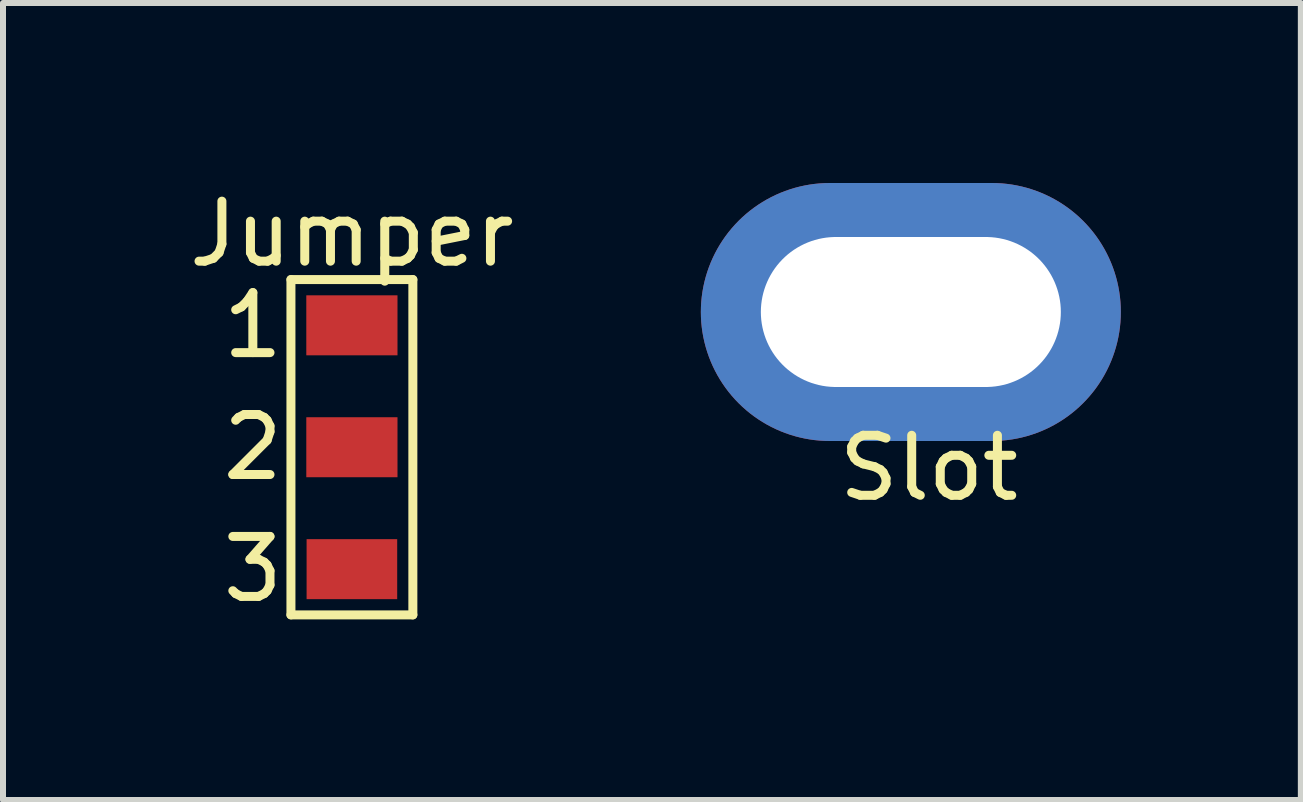
<source format=kicad_pcb>
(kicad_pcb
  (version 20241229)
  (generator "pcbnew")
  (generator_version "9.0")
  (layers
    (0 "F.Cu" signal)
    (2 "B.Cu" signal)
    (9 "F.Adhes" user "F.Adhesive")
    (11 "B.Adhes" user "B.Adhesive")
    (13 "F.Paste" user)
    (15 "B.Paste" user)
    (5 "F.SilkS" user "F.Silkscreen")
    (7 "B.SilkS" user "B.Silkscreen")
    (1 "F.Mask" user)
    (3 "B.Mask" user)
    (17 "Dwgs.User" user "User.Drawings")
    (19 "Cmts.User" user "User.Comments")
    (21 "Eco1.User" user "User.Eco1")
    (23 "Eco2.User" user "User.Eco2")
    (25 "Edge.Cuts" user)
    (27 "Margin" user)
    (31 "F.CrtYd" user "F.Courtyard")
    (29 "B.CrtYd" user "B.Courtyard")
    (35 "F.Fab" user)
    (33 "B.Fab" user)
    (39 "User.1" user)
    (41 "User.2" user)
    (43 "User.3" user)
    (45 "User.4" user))
  (footprint "Slot"
    (layer "F.Cu")
    (at 12.231 1.95)
    (property "Reference" "Slot" (at 0.2 2.8 0) (layer "F.SilkS") (effects (font (size 1 1) (thickness 0.15))))
    (attr through_hole)
    (pad "2" thru_hole oval (at -0.1 0.2) (size 7 4.3) (drill oval 5 2.5) (layers "*.Cu" "*.Mask")))
  (footprint "Jumper"
    (layer "F.Cu")
    (at 2.815 4.404)
    (property "Reference" "Jumper" (at 0 -3.556 0) (layer "F.SilkS") (effects (font (size 1 1) (thickness 0.15))))
    (attr through_hole)
    (fp_line (start -1.016 -2.794) (end 1.016 -2.794) (stroke (width 0.15) (type solid)) (layer "F.SilkS"))
    (fp_line (start -1.016 2.794) (end -1.016 -2.794) (stroke (width 0.15) (type solid)) (layer "F.SilkS"))
    (fp_line (start 1.016 -2.794) (end 1.016 2.794) (stroke (width 0.15) (type solid)) (layer "F.SilkS"))
    (fp_line (start 1.016 2.794) (end -1.016 2.794) (stroke (width 0.15) (type solid)) (layer "F.SilkS"))
    (fp_text user "3" (at -1.651 2.032 0) (layer "F.SilkS") (effects (font (size 1 1) (thickness 0.15))))
    (fp_text user "1" (at -1.651 -2.032 0) (layer "F.SilkS") (effects (font (size 1 1) (thickness 0.15))))
    (fp_text user "2" (at -1.651 0 0) (layer "F.SilkS") (effects (font (size 1 1) (thickness 0.15))))
    (pad "1" smd rect (at 0 -2.032) (size 1.52 1) (layers "F.Cu" "F.Mask" "F.Paste"))
    (pad "2" smd rect (at 0 0) (size 1.52 1) (layers "F.Cu" "F.Mask" "F.Paste"))
    (pad "3" smd rect (at 0 2.032) (size 1.51 1) (layers "F.Cu" "F.Mask" "F.Paste")))
  (gr_rect
    (start -3 -3)
    (end 18.631 10.284)
    (stroke (width 0.1) (type default))
    (fill no)
    (layer "Edge.Cuts")))
</source>
